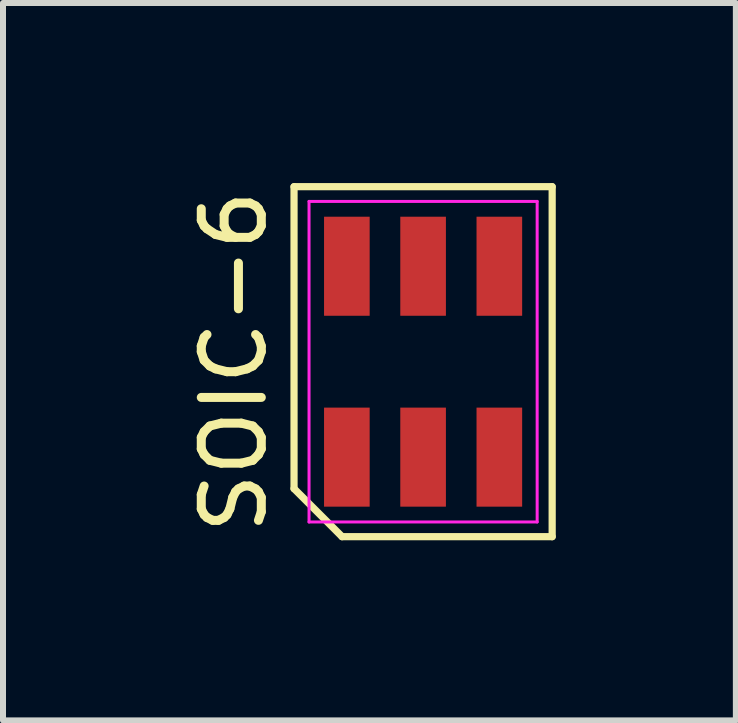
<source format=kicad_pcb>
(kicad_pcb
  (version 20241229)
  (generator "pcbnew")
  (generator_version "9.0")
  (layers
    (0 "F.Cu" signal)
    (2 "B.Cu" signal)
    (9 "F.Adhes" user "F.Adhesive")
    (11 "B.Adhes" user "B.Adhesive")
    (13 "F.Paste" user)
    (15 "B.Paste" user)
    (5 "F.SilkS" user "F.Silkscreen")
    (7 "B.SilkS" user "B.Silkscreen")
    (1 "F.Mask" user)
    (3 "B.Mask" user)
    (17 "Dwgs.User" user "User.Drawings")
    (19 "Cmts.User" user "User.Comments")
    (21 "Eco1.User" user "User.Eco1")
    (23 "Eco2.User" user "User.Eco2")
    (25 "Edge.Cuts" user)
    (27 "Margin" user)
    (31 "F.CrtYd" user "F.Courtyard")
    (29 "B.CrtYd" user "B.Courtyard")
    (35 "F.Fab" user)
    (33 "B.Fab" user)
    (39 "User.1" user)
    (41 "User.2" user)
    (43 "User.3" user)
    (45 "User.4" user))
  (footprint "SOIC-6"
    (layer "F.Cu")
    (at 3.998 2.975)
    (property "Reference" "SOIC-6" (at -3.15 0 90) (layer "F.SilkS") (effects (font (size 1 1) (thickness 0.15))))
    (attr smd)
    (fp_line (start -2.15 -2.915) (end 2.15 -2.915) (stroke (width 0.12) (type solid)) (layer "F.SilkS"))
    (fp_line (start -2.15 2.115) (end -2.15 -2.915) (stroke (width 0.12) (type solid)) (layer "F.SilkS"))
    (fp_line (start -1.35 2.915) (end -2.15 2.115) (stroke (width 0.12) (type solid)) (layer "F.SilkS"))
    (fp_line (start 2.15 -2.915) (end 2.15 2.915) (stroke (width 0.12) (type solid)) (layer "F.SilkS"))
    (fp_line (start 2.15 2.915) (end -1.35 2.915) (stroke (width 0.12) (type solid)) (layer "F.SilkS"))
    (fp_line (start -1.9 -2.67) (end 1.9 -2.67) (stroke (width 0.05) (type solid)) (layer "F.CrtYd"))
    (fp_line (start -1.9 2.67) (end -1.9 -2.67) (stroke (width 0.05) (type solid)) (layer "F.CrtYd"))
    (fp_line (start 1.9 -2.67) (end 1.9 2.67) (stroke (width 0.05) (type solid)) (layer "F.CrtYd"))
    (fp_line (start 1.9 2.67) (end -1.9 2.67) (stroke (width 0.05) (type solid)) (layer "F.CrtYd"))
    (pad "1" smd rect (at -1.27 1.59) (size 0.76 1.65) (layers "F.Cu" "F.Mask" "F.Paste"))
    (pad "2" smd rect (at 0 1.59) (size 0.76 1.65) (layers "F.Cu" "F.Mask" "F.Paste"))
    (pad "3" smd rect (at 1.27 1.59) (size 0.76 1.65) (layers "F.Cu" "F.Mask" "F.Paste"))
    (pad "4" smd rect (at 1.27 -1.59) (size 0.76 1.65) (layers "F.Cu" "F.Mask" "F.Paste"))
    (pad "5" smd rect (at 0 -1.59) (size 0.76 1.65) (layers "F.Cu" "F.Mask" "F.Paste"))
    (pad "6" smd rect (at -1.27 -1.59) (size 0.76 1.65) (layers "F.Cu" "F.Mask" "F.Paste")))
  (gr_rect
    (start -3 -3)
    (end 9.208 8.95)
    (stroke (width 0.1) (type default))
    (fill no)
    (layer "Edge.Cuts")))
</source>
